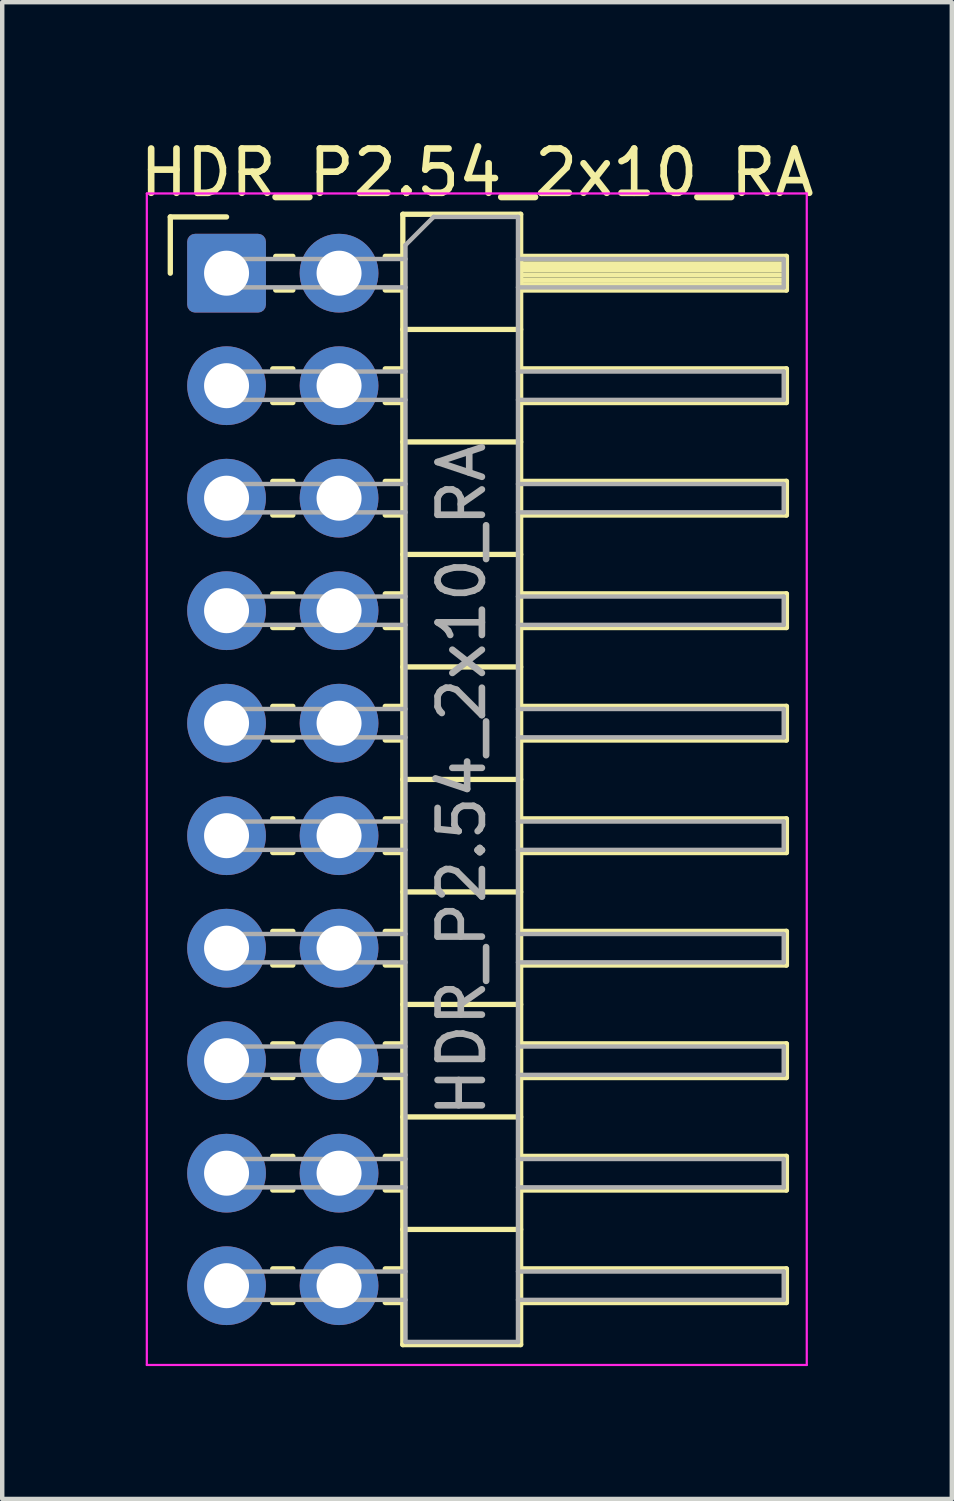
<source format=kicad_pcb>
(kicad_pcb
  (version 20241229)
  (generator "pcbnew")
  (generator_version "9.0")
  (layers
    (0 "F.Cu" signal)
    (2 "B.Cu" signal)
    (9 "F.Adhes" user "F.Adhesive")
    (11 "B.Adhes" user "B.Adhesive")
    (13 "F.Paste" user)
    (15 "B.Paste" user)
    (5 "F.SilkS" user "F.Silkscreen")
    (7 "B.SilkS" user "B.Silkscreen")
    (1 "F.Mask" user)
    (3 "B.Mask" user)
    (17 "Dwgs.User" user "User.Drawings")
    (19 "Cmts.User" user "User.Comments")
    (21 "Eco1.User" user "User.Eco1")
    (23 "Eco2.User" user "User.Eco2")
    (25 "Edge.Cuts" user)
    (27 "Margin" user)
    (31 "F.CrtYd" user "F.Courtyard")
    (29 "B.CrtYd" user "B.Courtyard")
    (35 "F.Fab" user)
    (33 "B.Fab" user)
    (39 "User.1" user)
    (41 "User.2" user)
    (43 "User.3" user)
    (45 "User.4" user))
  (footprint "HDR_P2.54_2x10_RA"
    (layer "F.Cu")
    (at 2.065 3.118)
    (property "Reference" "HDR_P2.54_2x10_RA" (at 5.655 -2.27 0) (layer "F.SilkS") (effects (font (size 1 1) (thickness 0.15))))
    (attr through_hole)
    (fp_line (start -1.27 -1.27) (end 0 -1.27) (stroke (width 0.12) (type solid)) (layer "F.SilkS"))
    (fp_line (start -1.27 0) (end -1.27 -1.27) (stroke (width 0.12) (type solid)) (layer "F.SilkS"))
    (fp_line (start 1.043 2.16) (end 1.497 2.16) (stroke (width 0.12) (type solid)) (layer "F.SilkS"))
    (fp_line (start 1.043 2.92) (end 1.497 2.92) (stroke (width 0.12) (type solid)) (layer "F.SilkS"))
    (fp_line (start 1.043 4.7) (end 1.497 4.7) (stroke (width 0.12) (type solid)) (layer "F.SilkS"))
    (fp_line (start 1.043 5.46) (end 1.497 5.46) (stroke (width 0.12) (type solid)) (layer "F.SilkS"))
    (fp_line (start 1.043 7.24) (end 1.497 7.24) (stroke (width 0.12) (type solid)) (layer "F.SilkS"))
    (fp_line (start 1.043 8) (end 1.497 8) (stroke (width 0.12) (type solid)) (layer "F.SilkS"))
    (fp_line (start 1.043 9.78) (end 1.497 9.78) (stroke (width 0.12) (type solid)) (layer "F.SilkS"))
    (fp_line (start 1.043 10.54) (end 1.497 10.54) (stroke (width 0.12) (type solid)) (layer "F.SilkS"))
    (fp_line (start 1.043 12.32) (end 1.497 12.32) (stroke (width 0.12) (type solid)) (layer "F.SilkS"))
    (fp_line (start 1.043 13.08) (end 1.497 13.08) (stroke (width 0.12) (type solid)) (layer "F.SilkS"))
    (fp_line (start 1.043 14.86) (end 1.497 14.86) (stroke (width 0.12) (type solid)) (layer "F.SilkS"))
    (fp_line (start 1.043 15.62) (end 1.497 15.62) (stroke (width 0.12) (type solid)) (layer "F.SilkS"))
    (fp_line (start 1.043 17.4) (end 1.497 17.4) (stroke (width 0.12) (type solid)) (layer "F.SilkS"))
    (fp_line (start 1.043 18.16) (end 1.497 18.16) (stroke (width 0.12) (type solid)) (layer "F.SilkS"))
    (fp_line (start 1.043 19.94) (end 1.497 19.94) (stroke (width 0.12) (type solid)) (layer "F.SilkS"))
    (fp_line (start 1.043 20.7) (end 1.497 20.7) (stroke (width 0.12) (type solid)) (layer "F.SilkS"))
    (fp_line (start 1.043 22.48) (end 1.497 22.48) (stroke (width 0.12) (type solid)) (layer "F.SilkS"))
    (fp_line (start 1.043 23.24) (end 1.497 23.24) (stroke (width 0.12) (type solid)) (layer "F.SilkS"))
    (fp_line (start 1.11 -0.38) (end 1.497 -0.38) (stroke (width 0.12) (type solid)) (layer "F.SilkS"))
    (fp_line (start 1.11 0.38) (end 1.497 0.38) (stroke (width 0.12) (type solid)) (layer "F.SilkS"))
    (fp_line (start 3.583 -0.38) (end 3.98 -0.38) (stroke (width 0.12) (type solid)) (layer "F.SilkS"))
    (fp_line (start 3.583 0.38) (end 3.98 0.38) (stroke (width 0.12) (type solid)) (layer "F.SilkS"))
    (fp_line (start 3.583 2.16) (end 3.98 2.16) (stroke (width 0.12) (type solid)) (layer "F.SilkS"))
    (fp_line (start 3.583 2.92) (end 3.98 2.92) (stroke (width 0.12) (type solid)) (layer "F.SilkS"))
    (fp_line (start 3.583 4.7) (end 3.98 4.7) (stroke (width 0.12) (type solid)) (layer "F.SilkS"))
    (fp_line (start 3.583 5.46) (end 3.98 5.46) (stroke (width 0.12) (type solid)) (layer "F.SilkS"))
    (fp_line (start 3.583 7.24) (end 3.98 7.24) (stroke (width 0.12) (type solid)) (layer "F.SilkS"))
    (fp_line (start 3.583 8) (end 3.98 8) (stroke (width 0.12) (type solid)) (layer "F.SilkS"))
    (fp_line (start 3.583 9.78) (end 3.98 9.78) (stroke (width 0.12) (type solid)) (layer "F.SilkS"))
    (fp_line (start 3.583 10.54) (end 3.98 10.54) (stroke (width 0.12) (type solid)) (layer "F.SilkS"))
    (fp_line (start 3.583 12.32) (end 3.98 12.32) (stroke (width 0.12) (type solid)) (layer "F.SilkS"))
    (fp_line (start 3.583 13.08) (end 3.98 13.08) (stroke (width 0.12) (type solid)) (layer "F.SilkS"))
    (fp_line (start 3.583 14.86) (end 3.98 14.86) (stroke (width 0.12) (type solid)) (layer "F.SilkS"))
    (fp_line (start 3.583 15.62) (end 3.98 15.62) (stroke (width 0.12) (type solid)) (layer "F.SilkS"))
    (fp_line (start 3.583 17.4) (end 3.98 17.4) (stroke (width 0.12) (type solid)) (layer "F.SilkS"))
    (fp_line (start 3.583 18.16) (end 3.98 18.16) (stroke (width 0.12) (type solid)) (layer "F.SilkS"))
    (fp_line (start 3.583 19.94) (end 3.98 19.94) (stroke (width 0.12) (type solid)) (layer "F.SilkS"))
    (fp_line (start 3.583 20.7) (end 3.98 20.7) (stroke (width 0.12) (type solid)) (layer "F.SilkS"))
    (fp_line (start 3.583 22.48) (end 3.98 22.48) (stroke (width 0.12) (type solid)) (layer "F.SilkS"))
    (fp_line (start 3.583 23.24) (end 3.98 23.24) (stroke (width 0.12) (type solid)) (layer "F.SilkS"))
    (fp_line (start 3.98 -1.33) (end 3.98 24.19) (stroke (width 0.12) (type solid)) (layer "F.SilkS"))
    (fp_line (start 3.98 1.27) (end 6.64 1.27) (stroke (width 0.12) (type solid)) (layer "F.SilkS"))
    (fp_line (start 3.98 3.81) (end 6.64 3.81) (stroke (width 0.12) (type solid)) (layer "F.SilkS"))
    (fp_line (start 3.98 6.35) (end 6.64 6.35) (stroke (width 0.12) (type solid)) (layer "F.SilkS"))
    (fp_line (start 3.98 8.89) (end 6.64 8.89) (stroke (width 0.12) (type solid)) (layer "F.SilkS"))
    (fp_line (start 3.98 11.43) (end 6.64 11.43) (stroke (width 0.12) (type solid)) (layer "F.SilkS"))
    (fp_line (start 3.98 13.97) (end 6.64 13.97) (stroke (width 0.12) (type solid)) (layer "F.SilkS"))
    (fp_line (start 3.98 16.51) (end 6.64 16.51) (stroke (width 0.12) (type solid)) (layer "F.SilkS"))
    (fp_line (start 3.98 19.05) (end 6.64 19.05) (stroke (width 0.12) (type solid)) (layer "F.SilkS"))
    (fp_line (start 3.98 21.59) (end 6.64 21.59) (stroke (width 0.12) (type solid)) (layer "F.SilkS"))
    (fp_line (start 3.98 24.19) (end 6.64 24.19) (stroke (width 0.12) (type solid)) (layer "F.SilkS"))
    (fp_line (start 6.64 -1.33) (end 3.98 -1.33) (stroke (width 0.12) (type solid)) (layer "F.SilkS"))
    (fp_line (start 6.64 -0.38) (end 12.64 -0.38) (stroke (width 0.12) (type solid)) (layer "F.SilkS"))
    (fp_line (start 6.64 -0.32) (end 12.64 -0.32) (stroke (width 0.12) (type solid)) (layer "F.SilkS"))
    (fp_line (start 6.64 -0.2) (end 12.64 -0.2) (stroke (width 0.12) (type solid)) (layer "F.SilkS"))
    (fp_line (start 6.64 -0.08) (end 12.64 -0.08) (stroke (width 0.12) (type solid)) (layer "F.SilkS"))
    (fp_line (start 6.64 0.04) (end 12.64 0.04) (stroke (width 0.12) (type solid)) (layer "F.SilkS"))
    (fp_line (start 6.64 0.16) (end 12.64 0.16) (stroke (width 0.12) (type solid)) (layer "F.SilkS"))
    (fp_line (start 6.64 0.28) (end 12.64 0.28) (stroke (width 0.12) (type solid)) (layer "F.SilkS"))
    (fp_line (start 6.64 2.16) (end 12.64 2.16) (stroke (width 0.12) (type solid)) (layer "F.SilkS"))
    (fp_line (start 6.64 4.7) (end 12.64 4.7) (stroke (width 0.12) (type solid)) (layer "F.SilkS"))
    (fp_line (start 6.64 7.24) (end 12.64 7.24) (stroke (width 0.12) (type solid)) (layer "F.SilkS"))
    (fp_line (start 6.64 9.78) (end 12.64 9.78) (stroke (width 0.12) (type solid)) (layer "F.SilkS"))
    (fp_line (start 6.64 12.32) (end 12.64 12.32) (stroke (width 0.12) (type solid)) (layer "F.SilkS"))
    (fp_line (start 6.64 14.86) (end 12.64 14.86) (stroke (width 0.12) (type solid)) (layer "F.SilkS"))
    (fp_line (start 6.64 17.4) (end 12.64 17.4) (stroke (width 0.12) (type solid)) (layer "F.SilkS"))
    (fp_line (start 6.64 19.94) (end 12.64 19.94) (stroke (width 0.12) (type solid)) (layer "F.SilkS"))
    (fp_line (start 6.64 22.48) (end 12.64 22.48) (stroke (width 0.12) (type solid)) (layer "F.SilkS"))
    (fp_line (start 6.64 24.19) (end 6.64 -1.33) (stroke (width 0.12) (type solid)) (layer "F.SilkS"))
    (fp_line (start 12.64 -0.38) (end 12.64 0.38) (stroke (width 0.12) (type solid)) (layer "F.SilkS"))
    (fp_line (start 12.64 0.38) (end 6.64 0.38) (stroke (width 0.12) (type solid)) (layer "F.SilkS"))
    (fp_line (start 12.64 2.16) (end 12.64 2.92) (stroke (width 0.12) (type solid)) (layer "F.SilkS"))
    (fp_line (start 12.64 2.92) (end 6.64 2.92) (stroke (width 0.12) (type solid)) (layer "F.SilkS"))
    (fp_line (start 12.64 4.7) (end 12.64 5.46) (stroke (width 0.12) (type solid)) (layer "F.SilkS"))
    (fp_line (start 12.64 5.46) (end 6.64 5.46) (stroke (width 0.12) (type solid)) (layer "F.SilkS"))
    (fp_line (start 12.64 7.24) (end 12.64 8) (stroke (width 0.12) (type solid)) (layer "F.SilkS"))
    (fp_line (start 12.64 8) (end 6.64 8) (stroke (width 0.12) (type solid)) (layer "F.SilkS"))
    (fp_line (start 12.64 9.78) (end 12.64 10.54) (stroke (width 0.12) (type solid)) (layer "F.SilkS"))
    (fp_line (start 12.64 10.54) (end 6.64 10.54) (stroke (width 0.12) (type solid)) (layer "F.SilkS"))
    (fp_line (start 12.64 12.32) (end 12.64 13.08) (stroke (width 0.12) (type solid)) (layer "F.SilkS"))
    (fp_line (start 12.64 13.08) (end 6.64 13.08) (stroke (width 0.12) (type solid)) (layer "F.SilkS"))
    (fp_line (start 12.64 14.86) (end 12.64 15.62) (stroke (width 0.12) (type solid)) (layer "F.SilkS"))
    (fp_line (start 12.64 15.62) (end 6.64 15.62) (stroke (width 0.12) (type solid)) (layer "F.SilkS"))
    (fp_line (start 12.64 17.4) (end 12.64 18.16) (stroke (width 0.12) (type solid)) (layer "F.SilkS"))
    (fp_line (start 12.64 18.16) (end 6.64 18.16) (stroke (width 0.12) (type solid)) (layer "F.SilkS"))
    (fp_line (start 12.64 19.94) (end 12.64 20.7) (stroke (width 0.12) (type solid)) (layer "F.SilkS"))
    (fp_line (start 12.64 20.7) (end 6.64 20.7) (stroke (width 0.12) (type solid)) (layer "F.SilkS"))
    (fp_line (start 12.64 22.48) (end 12.64 23.24) (stroke (width 0.12) (type solid)) (layer "F.SilkS"))
    (fp_line (start 12.64 23.24) (end 6.64 23.24) (stroke (width 0.12) (type solid)) (layer "F.SilkS"))
    (fp_line (start -1.8 -1.8) (end -1.8 24.65) (stroke (width 0.05) (type solid)) (layer "F.CrtYd"))
    (fp_line (start -1.8 24.65) (end 13.1 24.65) (stroke (width 0.05) (type solid)) (layer "F.CrtYd"))
    (fp_line (start 13.1 -1.8) (end -1.8 -1.8) (stroke (width 0.05) (type solid)) (layer "F.CrtYd"))
    (fp_line (start 13.1 24.65) (end 13.1 -1.8) (stroke (width 0.05) (type solid)) (layer "F.CrtYd"))
    (fp_line (start -0.32 -0.32) (end -0.32 0.32) (stroke (width 0.1) (type solid)) (layer "F.Fab"))
    (fp_line (start -0.32 -0.32) (end 4.04 -0.32) (stroke (width 0.1) (type solid)) (layer "F.Fab"))
    (fp_line (start -0.32 0.32) (end 4.04 0.32) (stroke (width 0.1) (type solid)) (layer "F.Fab"))
    (fp_line (start -0.32 2.22) (end -0.32 2.86) (stroke (width 0.1) (type solid)) (layer "F.Fab"))
    (fp_line (start -0.32 2.22) (end 4.04 2.22) (stroke (width 0.1) (type solid)) (layer "F.Fab"))
    (fp_line (start -0.32 2.86) (end 4.04 2.86) (stroke (width 0.1) (type solid)) (layer "F.Fab"))
    (fp_line (start -0.32 4.76) (end -0.32 5.4) (stroke (width 0.1) (type solid)) (layer "F.Fab"))
    (fp_line (start -0.32 4.76) (end 4.04 4.76) (stroke (width 0.1) (type solid)) (layer "F.Fab"))
    (fp_line (start -0.32 5.4) (end 4.04 5.4) (stroke (width 0.1) (type solid)) (layer "F.Fab"))
    (fp_line (start -0.32 7.3) (end -0.32 7.94) (stroke (width 0.1) (type solid)) (layer "F.Fab"))
    (fp_line (start -0.32 7.3) (end 4.04 7.3) (stroke (width 0.1) (type solid)) (layer "F.Fab"))
    (fp_line (start -0.32 7.94) (end 4.04 7.94) (stroke (width 0.1) (type solid)) (layer "F.Fab"))
    (fp_line (start -0.32 9.84) (end -0.32 10.48) (stroke (width 0.1) (type solid)) (layer "F.Fab"))
    (fp_line (start -0.32 9.84) (end 4.04 9.84) (stroke (width 0.1) (type solid)) (layer "F.Fab"))
    (fp_line (start -0.32 10.48) (end 4.04 10.48) (stroke (width 0.1) (type solid)) (layer "F.Fab"))
    (fp_line (start -0.32 12.38) (end -0.32 13.02) (stroke (width 0.1) (type solid)) (layer "F.Fab"))
    (fp_line (start -0.32 12.38) (end 4.04 12.38) (stroke (width 0.1) (type solid)) (layer "F.Fab"))
    (fp_line (start -0.32 13.02) (end 4.04 13.02) (stroke (width 0.1) (type solid)) (layer "F.Fab"))
    (fp_line (start -0.32 14.92) (end -0.32 15.56) (stroke (width 0.1) (type solid)) (layer "F.Fab"))
    (fp_line (start -0.32 14.92) (end 4.04 14.92) (stroke (width 0.1) (type solid)) (layer "F.Fab"))
    (fp_line (start -0.32 15.56) (end 4.04 15.56) (stroke (width 0.1) (type solid)) (layer "F.Fab"))
    (fp_line (start -0.32 17.46) (end -0.32 18.1) (stroke (width 0.1) (type solid)) (layer "F.Fab"))
    (fp_line (start -0.32 17.46) (end 4.04 17.46) (stroke (width 0.1) (type solid)) (layer "F.Fab"))
    (fp_line (start -0.32 18.1) (end 4.04 18.1) (stroke (width 0.1) (type solid)) (layer "F.Fab"))
    (fp_line (start -0.32 20) (end -0.32 20.64) (stroke (width 0.1) (type solid)) (layer "F.Fab"))
    (fp_line (start -0.32 20) (end 4.04 20) (stroke (width 0.1) (type solid)) (layer "F.Fab"))
    (fp_line (start -0.32 20.64) (end 4.04 20.64) (stroke (width 0.1) (type solid)) (layer "F.Fab"))
    (fp_line (start -0.32 22.54) (end -0.32 23.18) (stroke (width 0.1) (type solid)) (layer "F.Fab"))
    (fp_line (start -0.32 22.54) (end 4.04 22.54) (stroke (width 0.1) (type solid)) (layer "F.Fab"))
    (fp_line (start -0.32 23.18) (end 4.04 23.18) (stroke (width 0.1) (type solid)) (layer "F.Fab"))
    (fp_line (start 4.04 -0.635) (end 4.675 -1.27) (stroke (width 0.1) (type solid)) (layer "F.Fab"))
    (fp_line (start 4.04 24.13) (end 4.04 -0.635) (stroke (width 0.1) (type solid)) (layer "F.Fab"))
    (fp_line (start 4.675 -1.27) (end 6.58 -1.27) (stroke (width 0.1) (type solid)) (layer "F.Fab"))
    (fp_line (start 6.58 -1.27) (end 6.58 24.13) (stroke (width 0.1) (type solid)) (layer "F.Fab"))
    (fp_line (start 6.58 -0.32) (end 12.58 -0.32) (stroke (width 0.1) (type solid)) (layer "F.Fab"))
    (fp_line (start 6.58 0.32) (end 12.58 0.32) (stroke (width 0.1) (type solid)) (layer "F.Fab"))
    (fp_line (start 6.58 2.22) (end 12.58 2.22) (stroke (width 0.1) (type solid)) (layer "F.Fab"))
    (fp_line (start 6.58 2.86) (end 12.58 2.86) (stroke (width 0.1) (type solid)) (layer "F.Fab"))
    (fp_line (start 6.58 4.76) (end 12.58 4.76) (stroke (width 0.1) (type solid)) (layer "F.Fab"))
    (fp_line (start 6.58 5.4) (end 12.58 5.4) (stroke (width 0.1) (type solid)) (layer "F.Fab"))
    (fp_line (start 6.58 7.3) (end 12.58 7.3) (stroke (width 0.1) (type solid)) (layer "F.Fab"))
    (fp_line (start 6.58 7.94) (end 12.58 7.94) (stroke (width 0.1) (type solid)) (layer "F.Fab"))
    (fp_line (start 6.58 9.84) (end 12.58 9.84) (stroke (width 0.1) (type solid)) (layer "F.Fab"))
    (fp_line (start 6.58 10.48) (end 12.58 10.48) (stroke (width 0.1) (type solid)) (layer "F.Fab"))
    (fp_line (start 6.58 12.38) (end 12.58 12.38) (stroke (width 0.1) (type solid)) (layer "F.Fab"))
    (fp_line (start 6.58 13.02) (end 12.58 13.02) (stroke (width 0.1) (type solid)) (layer "F.Fab"))
    (fp_line (start 6.58 14.92) (end 12.58 14.92) (stroke (width 0.1) (type solid)) (layer "F.Fab"))
    (fp_line (start 6.58 15.56) (end 12.58 15.56) (stroke (width 0.1) (type solid)) (layer "F.Fab"))
    (fp_line (start 6.58 17.46) (end 12.58 17.46) (stroke (width 0.1) (type solid)) (layer "F.Fab"))
    (fp_line (start 6.58 18.1) (end 12.58 18.1) (stroke (width 0.1) (type solid)) (layer "F.Fab"))
    (fp_line (start 6.58 20) (end 12.58 20) (stroke (width 0.1) (type solid)) (layer "F.Fab"))
    (fp_line (start 6.58 20.64) (end 12.58 20.64) (stroke (width 0.1) (type solid)) (layer "F.Fab"))
    (fp_line (start 6.58 22.54) (end 12.58 22.54) (stroke (width 0.1) (type solid)) (layer "F.Fab"))
    (fp_line (start 6.58 23.18) (end 12.58 23.18) (stroke (width 0.1) (type solid)) (layer "F.Fab"))
    (fp_line (start 6.58 24.13) (end 4.04 24.13) (stroke (width 0.1) (type solid)) (layer "F.Fab"))
    (fp_line (start 12.58 -0.32) (end 12.58 0.32) (stroke (width 0.1) (type solid)) (layer "F.Fab"))
    (fp_line (start 12.58 2.22) (end 12.58 2.86) (stroke (width 0.1) (type solid)) (layer "F.Fab"))
    (fp_line (start 12.58 4.76) (end 12.58 5.4) (stroke (width 0.1) (type solid)) (layer "F.Fab"))
    (fp_line (start 12.58 7.3) (end 12.58 7.94) (stroke (width 0.1) (type solid)) (layer "F.Fab"))
    (fp_line (start 12.58 9.84) (end 12.58 10.48) (stroke (width 0.1) (type solid)) (layer "F.Fab"))
    (fp_line (start 12.58 12.38) (end 12.58 13.02) (stroke (width 0.1) (type solid)) (layer "F.Fab"))
    (fp_line (start 12.58 14.92) (end 12.58 15.56) (stroke (width 0.1) (type solid)) (layer "F.Fab"))
    (fp_line (start 12.58 17.46) (end 12.58 18.1) (stroke (width 0.1) (type solid)) (layer "F.Fab"))
    (fp_line (start 12.58 20) (end 12.58 20.64) (stroke (width 0.1) (type solid)) (layer "F.Fab"))
    (fp_line (start 12.58 22.54) (end 12.58 23.18) (stroke (width 0.1) (type solid)) (layer "F.Fab"))
    (fp_text user "${REFERENCE}" (at 5.31 11.43 90) (layer "F.Fab") (effects (font (size 1 1) (thickness 0.15))))
    (pad "1" thru_hole roundrect (at 0 0) (size 1.778 1.778) (drill 1.016) (layers "*.Cu" "*.Mask") (roundrect_rratio 0.1))
    (pad "2" thru_hole oval (at 2.54 0) (size 1.778 1.778) (drill 1.016) (layers "*.Cu" "*.Mask"))
    (pad "3" thru_hole oval (at 0 2.54) (size 1.778 1.778) (drill 1.016) (layers "*.Cu" "*.Mask"))
    (pad "4" thru_hole oval (at 2.54 2.54) (size 1.778 1.778) (drill 1.016) (layers "*.Cu" "*.Mask"))
    (pad "5" thru_hole oval (at 0 5.08) (size 1.778 1.778) (drill 1.016) (layers "*.Cu" "*.Mask"))
    (pad "6" thru_hole oval (at 2.54 5.08) (size 1.778 1.778) (drill 1.016) (layers "*.Cu" "*.Mask"))
    (pad "7" thru_hole oval (at 0 7.62) (size 1.778 1.778) (drill 1.016) (layers "*.Cu" "*.Mask"))
    (pad "8" thru_hole oval (at 2.54 7.62) (size 1.778 1.778) (drill 1.016) (layers "*.Cu" "*.Mask"))
    (pad "9" thru_hole oval (at 0 10.16) (size 1.778 1.778) (drill 1.016) (layers "*.Cu" "*.Mask"))
    (pad "10" thru_hole oval (at 2.54 10.16) (size 1.778 1.778) (drill 1.016) (layers "*.Cu" "*.Mask"))
    (pad "11" thru_hole oval (at 0 12.7) (size 1.778 1.778) (drill 1.016) (layers "*.Cu" "*.Mask"))
    (pad "12" thru_hole oval (at 2.54 12.7) (size 1.778 1.778) (drill 1.016) (layers "*.Cu" "*.Mask"))
    (pad "13" thru_hole oval (at 0 15.24) (size 1.778 1.778) (drill 1.016) (layers "*.Cu" "*.Mask"))
    (pad "14" thru_hole oval (at 2.54 15.24) (size 1.778 1.778) (drill 1.016) (layers "*.Cu" "*.Mask"))
    (pad "15" thru_hole oval (at 0 17.78) (size 1.778 1.778) (drill 1.016) (layers "*.Cu" "*.Mask"))
    (pad "16" thru_hole oval (at 2.54 17.78) (size 1.778 1.778) (drill 1.016) (layers "*.Cu" "*.Mask"))
    (pad "17" thru_hole oval (at 0 20.32) (size 1.778 1.778) (drill 1.016) (layers "*.Cu" "*.Mask"))
    (pad "18" thru_hole oval (at 2.54 20.32) (size 1.778 1.778) (drill 1.016) (layers "*.Cu" "*.Mask"))
    (pad "19" thru_hole oval (at 0 22.86) (size 1.778 1.778) (drill 1.016) (layers "*.Cu" "*.Mask"))
    (pad "20" thru_hole oval (at 2.54 22.86) (size 1.778 1.778) (drill 1.016) (layers "*.Cu" "*.Mask")))
  (gr_rect
    (start -3 -3)
    (end 18.44 30.793)
    (stroke (width 0.1) (type default))
    (fill no)
    (layer "Edge.Cuts")))
</source>
